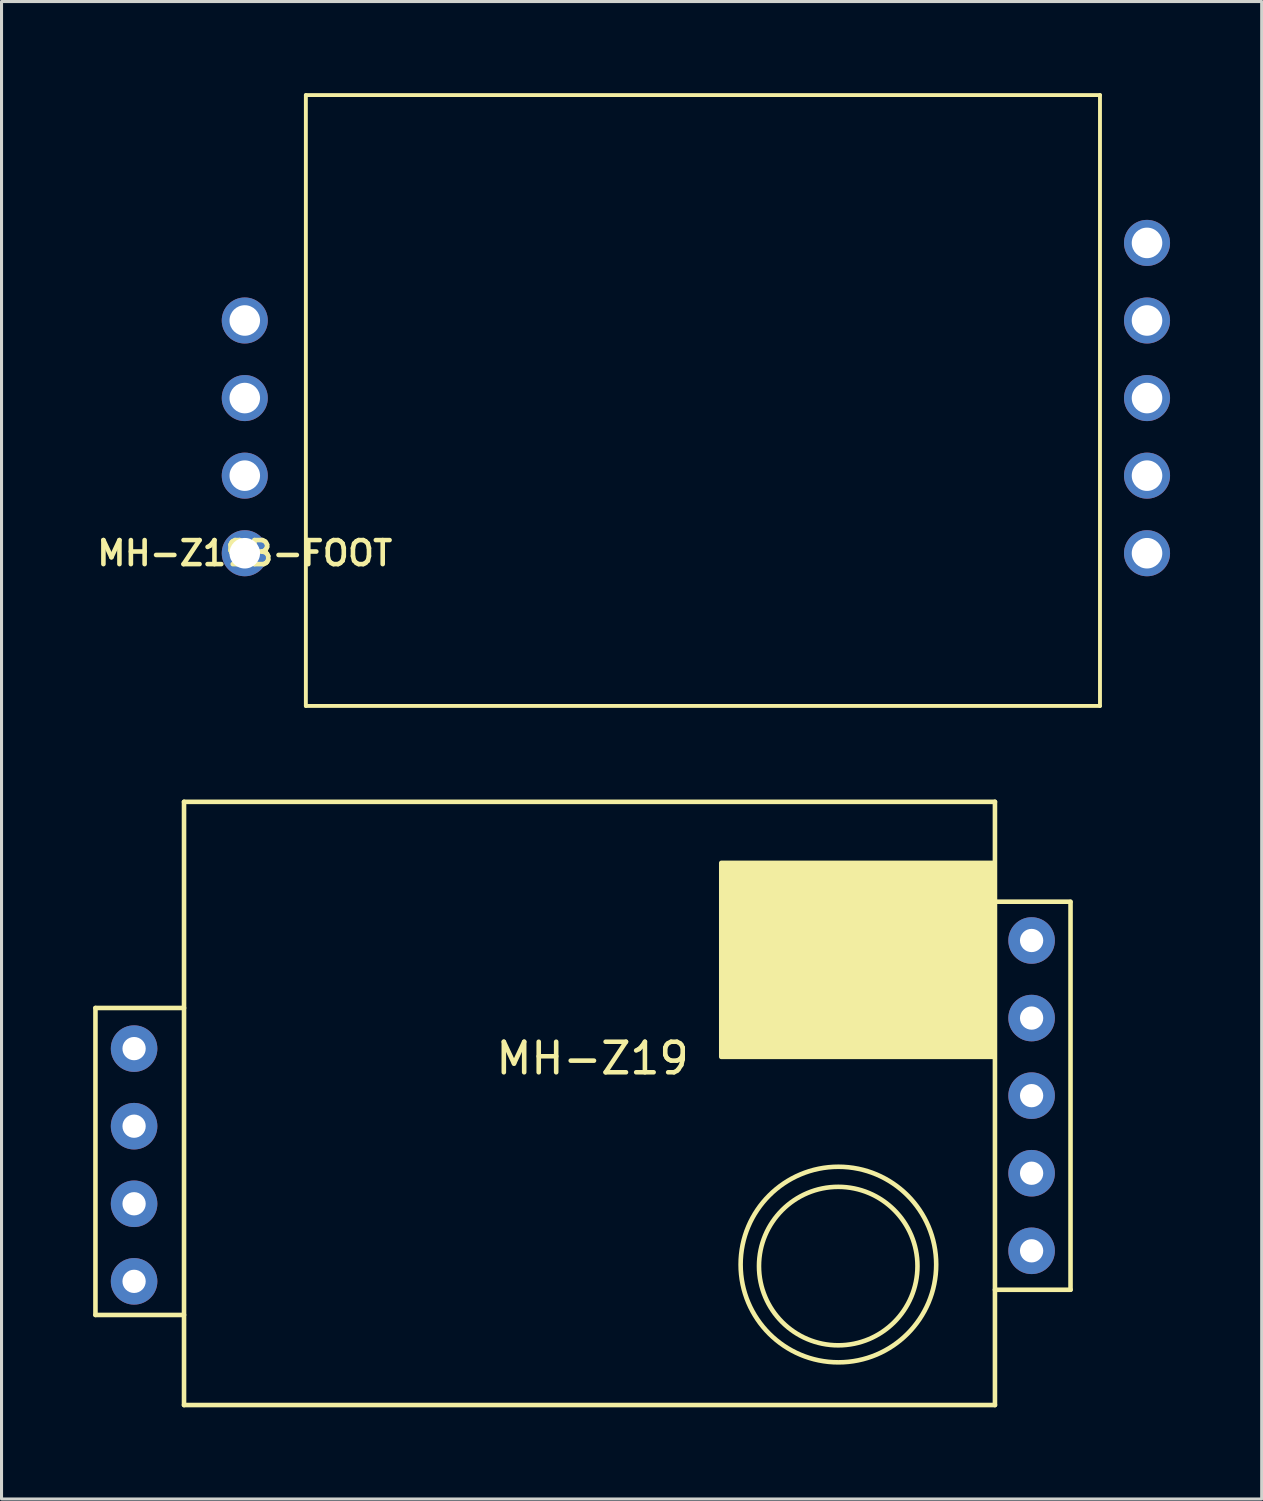
<source format=kicad_pcb>
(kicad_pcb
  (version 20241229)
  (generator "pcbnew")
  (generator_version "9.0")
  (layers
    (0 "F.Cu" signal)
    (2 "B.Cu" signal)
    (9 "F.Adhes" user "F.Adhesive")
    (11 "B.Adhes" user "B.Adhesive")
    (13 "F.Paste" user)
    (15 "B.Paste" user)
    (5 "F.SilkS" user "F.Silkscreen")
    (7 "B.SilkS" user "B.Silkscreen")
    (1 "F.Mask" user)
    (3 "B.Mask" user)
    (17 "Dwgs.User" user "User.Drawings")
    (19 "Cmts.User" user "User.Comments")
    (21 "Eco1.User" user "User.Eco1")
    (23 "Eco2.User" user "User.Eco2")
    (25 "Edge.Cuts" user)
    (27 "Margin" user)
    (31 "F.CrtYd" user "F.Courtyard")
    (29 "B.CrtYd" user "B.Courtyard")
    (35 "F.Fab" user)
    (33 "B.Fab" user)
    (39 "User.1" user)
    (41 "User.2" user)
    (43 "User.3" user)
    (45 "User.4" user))
  (footprint "MH-Z19"
    (layer "F.Cu")
    (at 30.725 25.202)
    (property "Reference" "MH-Z19" (at -14.375 6.4 0) (layer "F.SilkS") (effects (font (size 1 1) (thickness 0.15))))
    (attr through_hole)
    (fp_line (start -30.65 4.75) (end -30.65 14.8) (stroke (width 0.15) (type solid)) (layer "F.SilkS"))
    (fp_line (start -30.65 14.8) (end -27.75 14.8) (stroke (width 0.15) (type solid)) (layer "F.SilkS"))
    (fp_line (start -27.75 -2) (end -27.75 17.75) (stroke (width 0.15) (type solid)) (layer "F.SilkS"))
    (fp_line (start -27.75 4.75) (end -30.65 4.75) (stroke (width 0.15) (type solid)) (layer "F.SilkS"))
    (fp_line (start -27.75 17.75) (end -1.2 17.75) (stroke (width 0.15) (type solid)) (layer "F.SilkS"))
    (fp_line (start -1.27 1.27) (end 1.27 1.27) (stroke (width 0.15) (type solid)) (layer "F.SilkS"))
    (fp_line (start -1.2 -2) (end -27.75 -2) (stroke (width 0.15) (type solid)) (layer "F.SilkS"))
    (fp_line (start -1.2 17.75) (end -1.2 -2) (stroke (width 0.15) (type solid)) (layer "F.SilkS"))
    (fp_line (start 1.275 1.275) (end 1.275 13.975) (stroke (width 0.15) (type solid)) (layer "F.SilkS"))
    (fp_line (start 1.275 13.975) (end -1.2 13.975) (stroke (width 0.15) (type solid)) (layer "F.SilkS"))
    (fp_circle (center -6.331 13.2) (end -8.531 11.825) (stroke (width 0.15) (type solid)) (fill no) (layer "F.SilkS"))
    (fp_circle (center -6.325 13.15) (end -9.425 12.35) (stroke (width 0.15) (type solid)) (fill no) (layer "F.SilkS"))
    (fp_poly (pts (xy -10.16 0) (xy -10.16 6.35) (xy -1.27 6.35) (xy -1.27 0)) (stroke (width 0.15) (type solid)) (fill yes) (layer "F.SilkS"))
    (pad "" thru_hole circle (at -29.385 8.62) (size 1.524 1.524) (drill 0.762) (layers "*.Cu" "*.Mask"))
    (pad "" thru_hole circle (at 0 5.08) (size 1.524 1.524) (drill 0.762) (layers "*.Cu" "*.Mask"))
    (pad "1" thru_hole circle (at -29.385 13.7) (size 1.524 1.524) (drill 0.762) (layers "*.Cu" "*.Mask"))
    (pad "2" thru_hole circle (at -29.385 11.16) (size 1.524 1.524) (drill 0.762) (layers "*.Cu" "*.Mask"))
    (pad "3" thru_hole circle (at 0 12.7) (size 1.524 1.524) (drill 0.762) (layers "*.Cu" "*.Mask"))
    (pad "4" thru_hole circle (at -29.385 6.08) (size 1.524 1.524) (drill 0.762) (layers "*.Cu" "*.Mask"))
    (pad "5" thru_hole circle (at 0 2.54) (size 1.524 1.524) (drill 0.762) (layers "*.Cu" "*.Mask"))
    (pad "6" thru_hole circle (at 0 10.16) (size 1.524 1.524) (drill 0.762) (layers "*.Cu" "*.Mask"))
    (pad "7" thru_hole circle (at 0 7.62) (size 1.524 1.524) (drill 0.762) (layers "*.Cu" "*.Mask")))
  (footprint "MH-Z19B-FOOT"
    (layer "F.Cu")
    (at 4.964 15.063)
    (property "Reference" "MH-Z19B-FOOT" (at 0 0 0) (layer "F.SilkS") (effects (font (size 0.787 0.787) (thickness 0.15))))
    (attr through_hole)
    (fp_line (start 2 -15) (end 28 -15) (stroke (width 0.127) (type solid)) (layer "F.SilkS"))
    (fp_line (start 2 5) (end 2 -15) (stroke (width 0.127) (type solid)) (layer "F.SilkS"))
    (fp_line (start 28 -15) (end 28 5) (stroke (width 0.127) (type solid)) (layer "F.SilkS"))
    (fp_line (start 28 5) (end 2 5) (stroke (width 0.127) (type solid)) (layer "F.SilkS"))
    (pad "GND" thru_hole circle (at 0 -2.54) (size 1.508 1.508) (drill 1) (layers "*.Cu" "*.Mask"))
    (pad "RX" thru_hole circle (at 29.54 -2.54) (size 1.508 1.508) (drill 1) (layers "*.Cu" "*.Mask"))
    (pad "TX" thru_hole circle (at 29.54 -5.08) (size 1.508 1.508) (drill 1) (layers "*.Cu" "*.Mask"))
    (pad "VIN" thru_hole circle (at 0 0) (size 1.508 1.508) (drill 1) (layers "*.Cu" "*.Mask"))
    (pad "X@1" thru_hole circle (at 0 -5.08) (size 1.508 1.508) (drill 1) (layers "*.Cu" "*.Mask"))
    (pad "X@2" thru_hole circle (at 0 -7.62) (size 1.508 1.508) (drill 1) (layers "*.Cu" "*.Mask"))
    (pad "X@3" thru_hole circle (at 29.54 0) (size 1.508 1.508) (drill 1) (layers "*.Cu" "*.Mask"))
    (pad "X@4" thru_hole circle (at 29.54 -7.62) (size 1.508 1.508) (drill 1) (layers "*.Cu" "*.Mask"))
    (pad "XQ5" thru_hole circle (at 29.54 -10.16) (size 1.508 1.508) (drill 1) (layers "*.Cu" "*.Mask")))
  (gr_rect
    (start -3 -3)
    (end 38.258 46.027)
    (stroke (width 0.1) (type default))
    (fill no)
    (layer "Edge.Cuts")))
</source>
